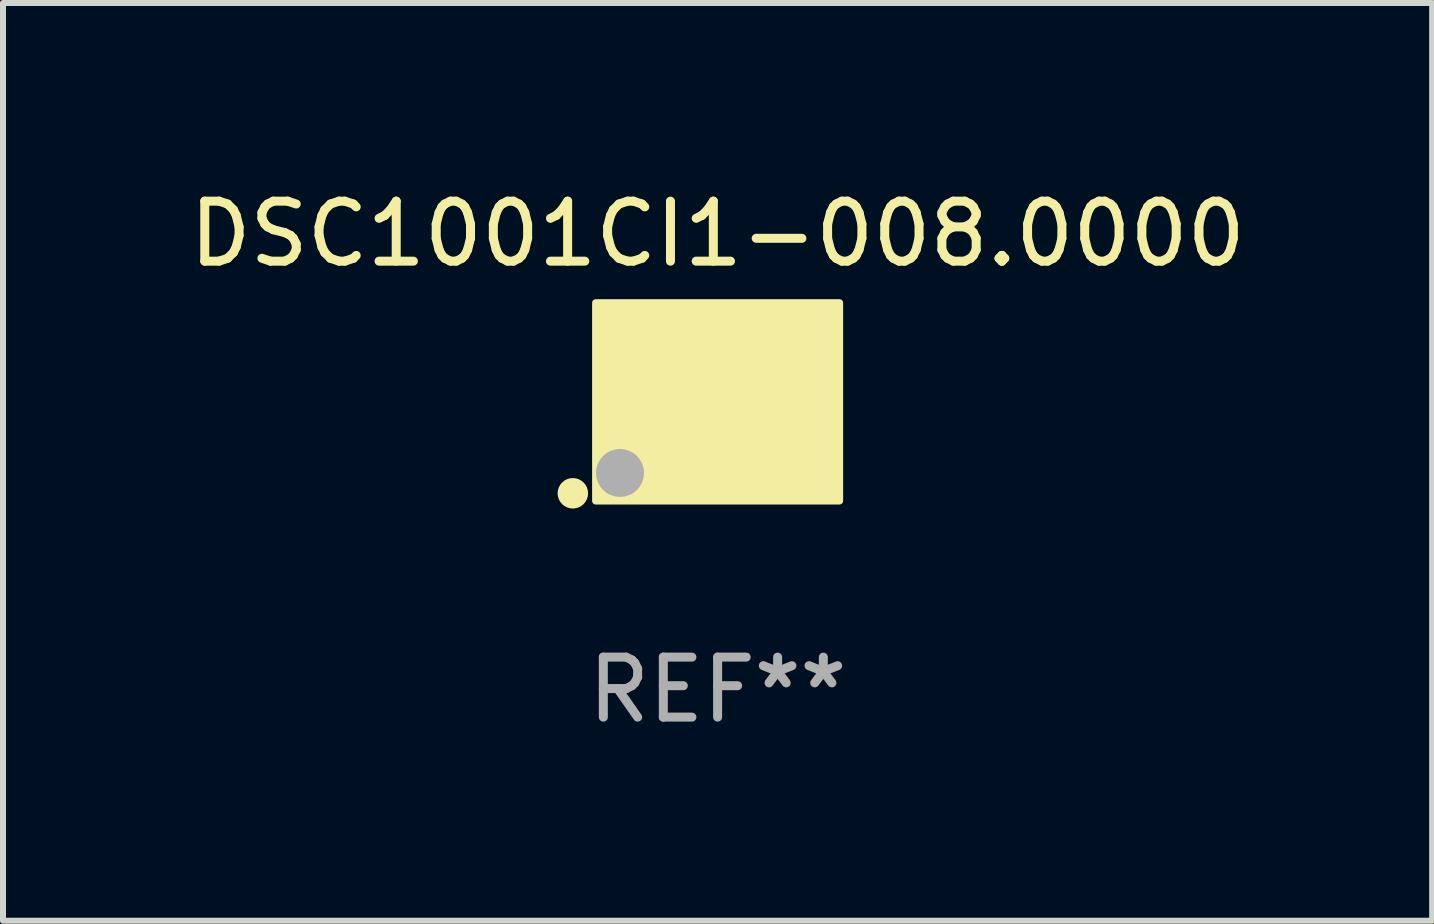
<source format=kicad_pcb>
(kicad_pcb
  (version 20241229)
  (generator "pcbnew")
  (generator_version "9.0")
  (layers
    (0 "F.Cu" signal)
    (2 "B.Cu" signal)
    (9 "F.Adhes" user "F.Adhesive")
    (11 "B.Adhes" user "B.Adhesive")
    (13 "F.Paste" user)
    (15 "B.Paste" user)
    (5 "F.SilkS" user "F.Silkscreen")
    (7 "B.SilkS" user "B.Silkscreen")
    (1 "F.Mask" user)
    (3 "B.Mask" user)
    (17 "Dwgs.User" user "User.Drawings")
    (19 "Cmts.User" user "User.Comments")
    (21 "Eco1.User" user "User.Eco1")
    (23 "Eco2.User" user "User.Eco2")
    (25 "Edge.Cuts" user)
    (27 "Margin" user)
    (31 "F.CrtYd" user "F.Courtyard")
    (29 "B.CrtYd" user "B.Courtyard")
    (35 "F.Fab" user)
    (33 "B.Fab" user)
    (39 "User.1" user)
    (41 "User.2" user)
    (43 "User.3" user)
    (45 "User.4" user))
  (footprint "DSC1001CI1-008.0000"
    (layer "F.Cu")
    (at 8.911 3.648)
    (property "Reference" "DSC1001CI1-008.0000" (at 0 -2.8 0) (layer "F.SilkS") (effects (font (size 1 1) (thickness 0.15))))
    (attr through_hole)
    (fp_circle (center -2.413 1.524) (end -2.286 1.524) (stroke (width 0.254) (type solid)) (fill no) (layer "F.SilkS"))
    (fp_circle (center -1.6 1.25) (end -1.57 1.25) (stroke (width 0.06) (type solid)) (fill no) (layer "F.SilkS"))
    (fp_poly (pts (xy -2.032 -1.651) (xy 2.032 -1.651) (xy 2.032 1.651) (xy -2.032 1.651)) (stroke (width 0.12) (type solid)) (fill yes) (layer "F.SilkS"))
    (fp_circle (center -1.627 1.185) (end -1.427 1.185) (stroke (width 0.4) (type solid)) (fill no) (layer "F.Fab"))
    (fp_text user "REF**" (at 0 4.8 0) (layer "F.Fab") (effects (font (size 1 1) (thickness 0.15))))
    (pad "1" smd rect (at -1.05 0.8) (size 1.4 1.2) (layers "F.Cu" "F.Mask" "F.Paste"))
    (pad "2" smd rect (at 1.05 0.8) (size 1.4 1.2) (layers "F.Cu" "F.Mask" "F.Paste"))
    (pad "3" smd rect (at 1.05 -0.8) (size 1.4 1.2) (layers "F.Cu" "F.Mask" "F.Paste"))
    (pad "4" smd rect (at -1.05 -0.8) (size 1.4 1.2) (layers "F.Cu" "F.Mask" "F.Paste")))
  (gr_rect
    (start -3 -3)
    (end 20.821 12.297)
    (stroke (width 0.1) (type default))
    (fill no)
    (layer "Edge.Cuts")))
</source>
